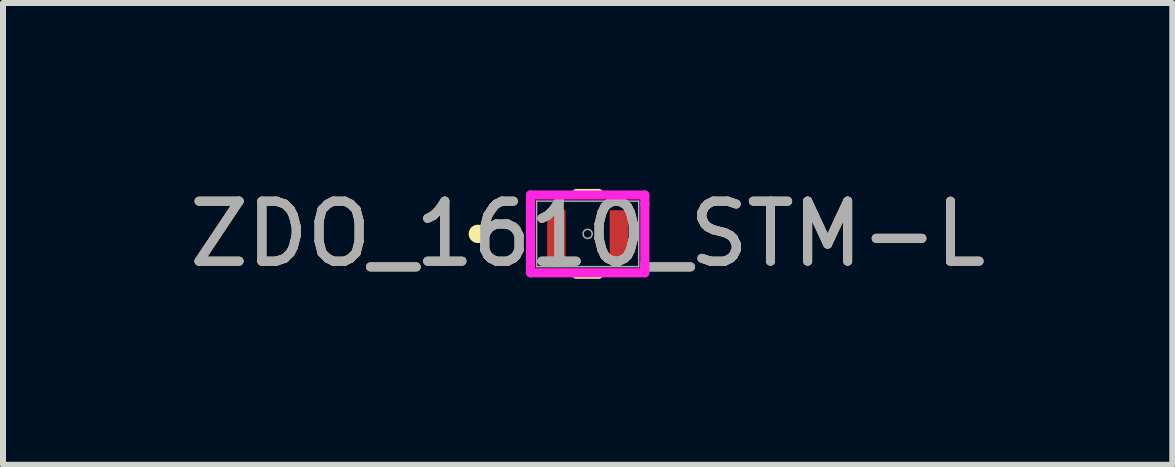
<source format=kicad_pcb>
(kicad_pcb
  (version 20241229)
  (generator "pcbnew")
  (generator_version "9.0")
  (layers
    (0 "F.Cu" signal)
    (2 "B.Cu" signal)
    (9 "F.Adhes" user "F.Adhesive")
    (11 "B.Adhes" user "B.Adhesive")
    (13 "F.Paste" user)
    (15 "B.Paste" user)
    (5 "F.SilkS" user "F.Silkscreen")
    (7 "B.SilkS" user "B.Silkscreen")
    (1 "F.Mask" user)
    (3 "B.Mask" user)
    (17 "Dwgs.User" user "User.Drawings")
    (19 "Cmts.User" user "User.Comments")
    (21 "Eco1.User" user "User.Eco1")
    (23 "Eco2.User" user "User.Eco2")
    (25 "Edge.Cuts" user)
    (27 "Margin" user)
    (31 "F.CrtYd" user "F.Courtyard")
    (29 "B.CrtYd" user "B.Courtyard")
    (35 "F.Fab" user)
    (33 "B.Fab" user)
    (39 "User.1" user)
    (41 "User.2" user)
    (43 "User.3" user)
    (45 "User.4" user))
  (footprint "ZDO_1610_STM-L"
    (layer "F.Cu")
    (at 6.744 0.848)
    (property "Reference" "ZDO_1610_STM-L" (at 0 0 0) (unlocked yes) (layer "F.SilkS") (effects (font (size 1 1) (thickness 0.15))))
    (attr smd)
    (fp_line (start -0.186 0.673) (end 0.186 0.673) (stroke (width 0.152) (type solid)) (layer "F.SilkS"))
    (fp_line (start 0.186 -0.673) (end -0.186 -0.673) (stroke (width 0.152) (type solid)) (layer "F.SilkS"))
    (fp_circle (center -1.83 0) (end -1.753 0) (stroke (width 0.152) (type solid)) (fill no) (layer "F.SilkS"))
    (fp_line (start -0.953 -0.648) (end 0.953 -0.648) (stroke (width 0.152) (type solid)) (layer "F.CrtYd"))
    (fp_line (start -0.953 -0.496) (end -0.953 -0.648) (stroke (width 0.152) (type solid)) (layer "F.CrtYd"))
    (fp_line (start -0.953 -0.496) (end -0.953 -0.496) (stroke (width 0.152) (type solid)) (layer "F.CrtYd"))
    (fp_line (start -0.953 0.496) (end -0.953 -0.496) (stroke (width 0.152) (type solid)) (layer "F.CrtYd"))
    (fp_line (start -0.953 0.496) (end -0.953 0.496) (stroke (width 0.152) (type solid)) (layer "F.CrtYd"))
    (fp_line (start -0.953 0.648) (end -0.953 0.496) (stroke (width 0.152) (type solid)) (layer "F.CrtYd"))
    (fp_line (start 0.953 -0.648) (end 0.953 -0.496) (stroke (width 0.152) (type solid)) (layer "F.CrtYd"))
    (fp_line (start 0.953 -0.496) (end 0.953 -0.496) (stroke (width 0.152) (type solid)) (layer "F.CrtYd"))
    (fp_line (start 0.953 -0.496) (end 0.953 0.496) (stroke (width 0.152) (type solid)) (layer "F.CrtYd"))
    (fp_line (start 0.953 0.496) (end 0.953 0.496) (stroke (width 0.152) (type solid)) (layer "F.CrtYd"))
    (fp_line (start 0.953 0.496) (end 0.953 0.648) (stroke (width 0.152) (type solid)) (layer "F.CrtYd"))
    (fp_line (start 0.953 0.648) (end -0.953 0.648) (stroke (width 0.152) (type solid)) (layer "F.CrtYd"))
    (fp_line (start -0.851 -0.546) (end -0.851 0.546) (stroke (width 0.025) (type solid)) (layer "F.Fab"))
    (fp_line (start -0.851 0.546) (end 0.851 0.546) (stroke (width 0.025) (type solid)) (layer "F.Fab"))
    (fp_line (start 0.851 -0.546) (end -0.851 -0.546) (stroke (width 0.025) (type solid)) (layer "F.Fab"))
    (fp_line (start 0.851 0.546) (end 0.851 -0.546) (stroke (width 0.025) (type solid)) (layer "F.Fab"))
    (fp_circle (center 0 0) (end 0.076 0) (stroke (width 0.025) (type solid)) (fill no) (layer "F.Fab"))
    (fp_text user "${REFERENCE}" (at 0 0 0) (unlocked yes) (layer "F.Fab") (effects (font (size 1 1) (thickness 0.15))))
    (pad "1" smd rect (at -0.521 0) (size 0.306 0.788) (layers "F.Cu" "F.Mask" "F.Paste"))
    (pad "2" smd rect (at 0.521 0) (size 0.306 0.788) (layers "F.Cu" "F.Mask" "F.Paste")))
  (gr_rect
    (start -3 -3)
    (end 16.488 4.697)
    (stroke (width 0.1) (type default))
    (fill no)
    (layer "Edge.Cuts")))
</source>
